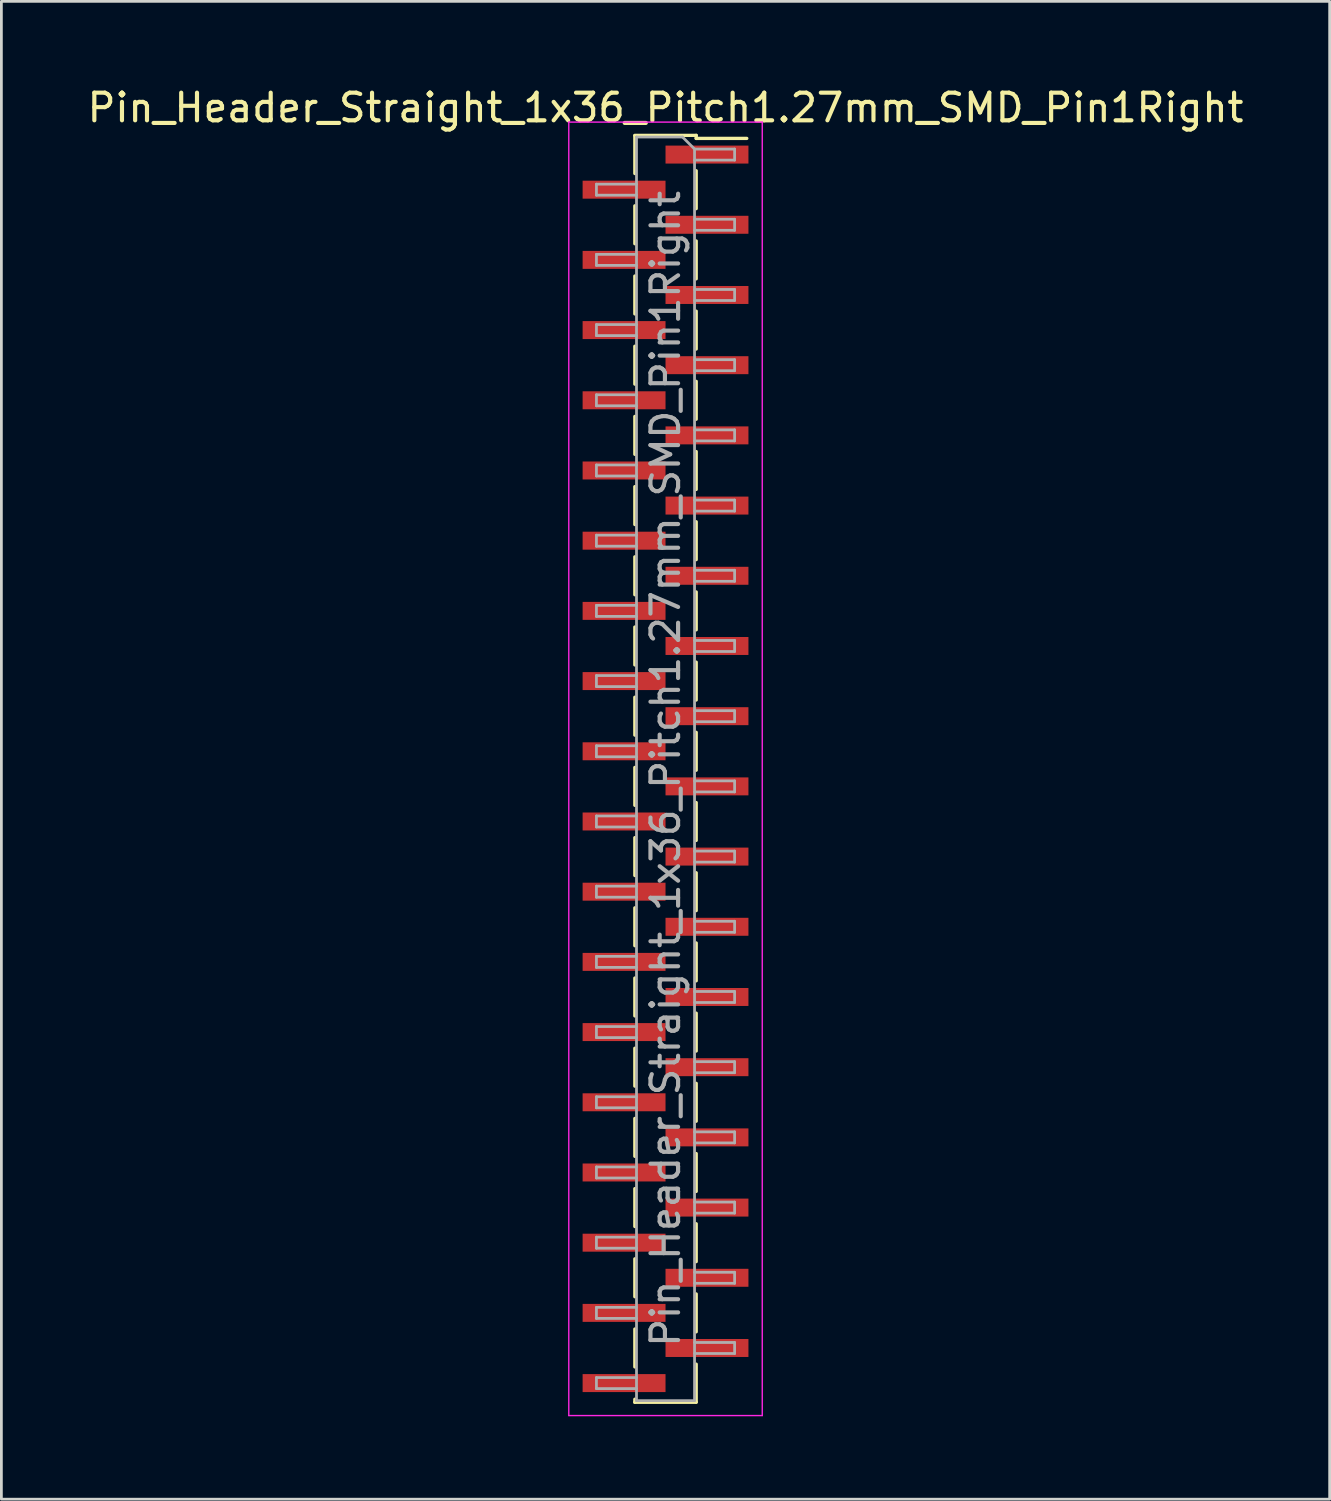
<source format=kicad_pcb>
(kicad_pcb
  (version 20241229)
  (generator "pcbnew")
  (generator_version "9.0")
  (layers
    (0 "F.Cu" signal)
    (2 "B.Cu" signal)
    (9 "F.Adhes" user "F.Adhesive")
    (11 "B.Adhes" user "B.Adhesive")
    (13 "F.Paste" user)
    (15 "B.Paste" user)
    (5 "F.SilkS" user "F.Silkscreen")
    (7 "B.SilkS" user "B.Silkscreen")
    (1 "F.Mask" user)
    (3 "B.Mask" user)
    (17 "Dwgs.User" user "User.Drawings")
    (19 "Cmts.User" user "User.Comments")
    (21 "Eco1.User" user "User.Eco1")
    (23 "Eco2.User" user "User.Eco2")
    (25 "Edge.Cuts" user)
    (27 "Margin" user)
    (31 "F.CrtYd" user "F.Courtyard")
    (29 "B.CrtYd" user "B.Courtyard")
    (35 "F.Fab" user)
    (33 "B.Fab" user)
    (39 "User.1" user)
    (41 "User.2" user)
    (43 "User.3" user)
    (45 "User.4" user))
  (footprint "Pin_Header_Straight_1x36_Pitch1.27mm_SMD_Pin1Right"
    (layer "F.Cu")
    (at 21.03 24.768)
    (property "Reference" "Pin_Header_Straight_1x36_Pitch1.27mm_SMD_Pin1Right" (at 0 -23.92 0) (layer "F.SilkS") (effects (font (size 1 1) (thickness 0.15))))
    (attr smd)
    (fp_line (start -1.11 -22.92) (end 1.11 -22.92) (stroke (width 0.12) (type solid)) (layer "F.SilkS"))
    (fp_line (start -1.11 -22.91) (end -1.11 -21.54) (stroke (width 0.12) (type solid)) (layer "F.SilkS"))
    (fp_line (start -1.11 -20.37) (end -1.11 -19) (stroke (width 0.12) (type solid)) (layer "F.SilkS"))
    (fp_line (start -1.11 -17.83) (end -1.11 -16.46) (stroke (width 0.12) (type solid)) (layer "F.SilkS"))
    (fp_line (start -1.11 -15.29) (end -1.11 -13.92) (stroke (width 0.12) (type solid)) (layer "F.SilkS"))
    (fp_line (start -1.11 -12.75) (end -1.11 -11.38) (stroke (width 0.12) (type solid)) (layer "F.SilkS"))
    (fp_line (start -1.11 -10.21) (end -1.11 -8.84) (stroke (width 0.12) (type solid)) (layer "F.SilkS"))
    (fp_line (start -1.11 -7.67) (end -1.11 -6.3) (stroke (width 0.12) (type solid)) (layer "F.SilkS"))
    (fp_line (start -1.11 -5.13) (end -1.11 -3.76) (stroke (width 0.12) (type solid)) (layer "F.SilkS"))
    (fp_line (start -1.11 -2.59) (end -1.11 -1.22) (stroke (width 0.12) (type solid)) (layer "F.SilkS"))
    (fp_line (start -1.11 -0.05) (end -1.11 1.32) (stroke (width 0.12) (type solid)) (layer "F.SilkS"))
    (fp_line (start -1.11 2.49) (end -1.11 3.86) (stroke (width 0.12) (type solid)) (layer "F.SilkS"))
    (fp_line (start -1.11 5.03) (end -1.11 6.4) (stroke (width 0.12) (type solid)) (layer "F.SilkS"))
    (fp_line (start -1.11 7.57) (end -1.11 8.94) (stroke (width 0.12) (type solid)) (layer "F.SilkS"))
    (fp_line (start -1.11 10.11) (end -1.11 11.48) (stroke (width 0.12) (type solid)) (layer "F.SilkS"))
    (fp_line (start -1.11 12.65) (end -1.11 14.02) (stroke (width 0.12) (type solid)) (layer "F.SilkS"))
    (fp_line (start -1.11 15.19) (end -1.11 16.56) (stroke (width 0.12) (type solid)) (layer "F.SilkS"))
    (fp_line (start -1.11 17.73) (end -1.11 19.1) (stroke (width 0.12) (type solid)) (layer "F.SilkS"))
    (fp_line (start -1.11 20.27) (end -1.11 21.64) (stroke (width 0.12) (type solid)) (layer "F.SilkS"))
    (fp_line (start -1.11 22.81) (end -1.11 22.92) (stroke (width 0.12) (type solid)) (layer "F.SilkS"))
    (fp_line (start -1.11 22.92) (end 1.11 22.92) (stroke (width 0.12) (type solid)) (layer "F.SilkS"))
    (fp_line (start 1.11 -22.92) (end 1.11 -22.81) (stroke (width 0.12) (type solid)) (layer "F.SilkS"))
    (fp_line (start 1.11 -22.81) (end 2.94 -22.81) (stroke (width 0.12) (type solid)) (layer "F.SilkS"))
    (fp_line (start 1.11 -21.64) (end 1.11 -20.27) (stroke (width 0.12) (type solid)) (layer "F.SilkS"))
    (fp_line (start 1.11 -19.1) (end 1.11 -17.73) (stroke (width 0.12) (type solid)) (layer "F.SilkS"))
    (fp_line (start 1.11 -16.56) (end 1.11 -15.19) (stroke (width 0.12) (type solid)) (layer "F.SilkS"))
    (fp_line (start 1.11 -14.02) (end 1.11 -12.65) (stroke (width 0.12) (type solid)) (layer "F.SilkS"))
    (fp_line (start 1.11 -11.48) (end 1.11 -10.11) (stroke (width 0.12) (type solid)) (layer "F.SilkS"))
    (fp_line (start 1.11 -8.94) (end 1.11 -7.57) (stroke (width 0.12) (type solid)) (layer "F.SilkS"))
    (fp_line (start 1.11 -6.4) (end 1.11 -5.03) (stroke (width 0.12) (type solid)) (layer "F.SilkS"))
    (fp_line (start 1.11 -3.86) (end 1.11 -2.49) (stroke (width 0.12) (type solid)) (layer "F.SilkS"))
    (fp_line (start 1.11 -1.32) (end 1.11 0.05) (stroke (width 0.12) (type solid)) (layer "F.SilkS"))
    (fp_line (start 1.11 1.22) (end 1.11 2.59) (stroke (width 0.12) (type solid)) (layer "F.SilkS"))
    (fp_line (start 1.11 3.76) (end 1.11 5.13) (stroke (width 0.12) (type solid)) (layer "F.SilkS"))
    (fp_line (start 1.11 6.3) (end 1.11 7.67) (stroke (width 0.12) (type solid)) (layer "F.SilkS"))
    (fp_line (start 1.11 8.84) (end 1.11 10.21) (stroke (width 0.12) (type solid)) (layer "F.SilkS"))
    (fp_line (start 1.11 11.38) (end 1.11 12.75) (stroke (width 0.12) (type solid)) (layer "F.SilkS"))
    (fp_line (start 1.11 13.92) (end 1.11 15.29) (stroke (width 0.12) (type solid)) (layer "F.SilkS"))
    (fp_line (start 1.11 16.46) (end 1.11 17.83) (stroke (width 0.12) (type solid)) (layer "F.SilkS"))
    (fp_line (start 1.11 19) (end 1.11 20.37) (stroke (width 0.12) (type solid)) (layer "F.SilkS"))
    (fp_line (start 1.11 21.54) (end 1.11 22.91) (stroke (width 0.12) (type solid)) (layer "F.SilkS"))
    (fp_line (start -3.5 -23.4) (end -3.5 23.4) (stroke (width 0.05) (type solid)) (layer "F.CrtYd"))
    (fp_line (start -3.5 23.4) (end 3.5 23.4) (stroke (width 0.05) (type solid)) (layer "F.CrtYd"))
    (fp_line (start 3.5 -23.4) (end -3.5 -23.4) (stroke (width 0.05) (type solid)) (layer "F.CrtYd"))
    (fp_line (start 3.5 23.4) (end 3.5 -23.4) (stroke (width 0.05) (type solid)) (layer "F.CrtYd"))
    (fp_line (start -2.5 -21.155) (end -2.5 -20.755) (stroke (width 0.1) (type solid)) (layer "F.Fab"))
    (fp_line (start -2.5 -20.755) (end -1.05 -20.755) (stroke (width 0.1) (type solid)) (layer "F.Fab"))
    (fp_line (start -2.5 -18.615) (end -2.5 -18.215) (stroke (width 0.1) (type solid)) (layer "F.Fab"))
    (fp_line (start -2.5 -18.215) (end -1.05 -18.215) (stroke (width 0.1) (type solid)) (layer "F.Fab"))
    (fp_line (start -2.5 -16.075) (end -2.5 -15.675) (stroke (width 0.1) (type solid)) (layer "F.Fab"))
    (fp_line (start -2.5 -15.675) (end -1.05 -15.675) (stroke (width 0.1) (type solid)) (layer "F.Fab"))
    (fp_line (start -2.5 -13.535) (end -2.5 -13.135) (stroke (width 0.1) (type solid)) (layer "F.Fab"))
    (fp_line (start -2.5 -13.135) (end -1.05 -13.135) (stroke (width 0.1) (type solid)) (layer "F.Fab"))
    (fp_line (start -2.5 -10.995) (end -2.5 -10.595) (stroke (width 0.1) (type solid)) (layer "F.Fab"))
    (fp_line (start -2.5 -10.595) (end -1.05 -10.595) (stroke (width 0.1) (type solid)) (layer "F.Fab"))
    (fp_line (start -2.5 -8.455) (end -2.5 -8.055) (stroke (width 0.1) (type solid)) (layer "F.Fab"))
    (fp_line (start -2.5 -8.055) (end -1.05 -8.055) (stroke (width 0.1) (type solid)) (layer "F.Fab"))
    (fp_line (start -2.5 -5.915) (end -2.5 -5.515) (stroke (width 0.1) (type solid)) (layer "F.Fab"))
    (fp_line (start -2.5 -5.515) (end -1.05 -5.515) (stroke (width 0.1) (type solid)) (layer "F.Fab"))
    (fp_line (start -2.5 -3.375) (end -2.5 -2.975) (stroke (width 0.1) (type solid)) (layer "F.Fab"))
    (fp_line (start -2.5 -2.975) (end -1.05 -2.975) (stroke (width 0.1) (type solid)) (layer "F.Fab"))
    (fp_line (start -2.5 -0.835) (end -2.5 -0.435) (stroke (width 0.1) (type solid)) (layer "F.Fab"))
    (fp_line (start -2.5 -0.435) (end -1.05 -0.435) (stroke (width 0.1) (type solid)) (layer "F.Fab"))
    (fp_line (start -2.5 1.705) (end -2.5 2.105) (stroke (width 0.1) (type solid)) (layer "F.Fab"))
    (fp_line (start -2.5 2.105) (end -1.05 2.105) (stroke (width 0.1) (type solid)) (layer "F.Fab"))
    (fp_line (start -2.5 4.245) (end -2.5 4.645) (stroke (width 0.1) (type solid)) (layer "F.Fab"))
    (fp_line (start -2.5 4.645) (end -1.05 4.645) (stroke (width 0.1) (type solid)) (layer "F.Fab"))
    (fp_line (start -2.5 6.785) (end -2.5 7.185) (stroke (width 0.1) (type solid)) (layer "F.Fab"))
    (fp_line (start -2.5 7.185) (end -1.05 7.185) (stroke (width 0.1) (type solid)) (layer "F.Fab"))
    (fp_line (start -2.5 9.325) (end -2.5 9.725) (stroke (width 0.1) (type solid)) (layer "F.Fab"))
    (fp_line (start -2.5 9.725) (end -1.05 9.725) (stroke (width 0.1) (type solid)) (layer "F.Fab"))
    (fp_line (start -2.5 11.865) (end -2.5 12.265) (stroke (width 0.1) (type solid)) (layer "F.Fab"))
    (fp_line (start -2.5 12.265) (end -1.05 12.265) (stroke (width 0.1) (type solid)) (layer "F.Fab"))
    (fp_line (start -2.5 14.405) (end -2.5 14.805) (stroke (width 0.1) (type solid)) (layer "F.Fab"))
    (fp_line (start -2.5 14.805) (end -1.05 14.805) (stroke (width 0.1) (type solid)) (layer "F.Fab"))
    (fp_line (start -2.5 16.945) (end -2.5 17.345) (stroke (width 0.1) (type solid)) (layer "F.Fab"))
    (fp_line (start -2.5 17.345) (end -1.05 17.345) (stroke (width 0.1) (type solid)) (layer "F.Fab"))
    (fp_line (start -2.5 19.485) (end -2.5 19.885) (stroke (width 0.1) (type solid)) (layer "F.Fab"))
    (fp_line (start -2.5 19.885) (end -1.05 19.885) (stroke (width 0.1) (type solid)) (layer "F.Fab"))
    (fp_line (start -2.5 22.025) (end -2.5 22.425) (stroke (width 0.1) (type solid)) (layer "F.Fab"))
    (fp_line (start -2.5 22.425) (end -1.05 22.425) (stroke (width 0.1) (type solid)) (layer "F.Fab"))
    (fp_line (start -1.05 -22.86) (end -1.05 22.86) (stroke (width 0.1) (type solid)) (layer "F.Fab"))
    (fp_line (start -1.05 -22.86) (end 0.615 -22.86) (stroke (width 0.1) (type solid)) (layer "F.Fab"))
    (fp_line (start -1.05 -21.155) (end -2.5 -21.155) (stroke (width 0.1) (type solid)) (layer "F.Fab"))
    (fp_line (start -1.05 -18.615) (end -2.5 -18.615) (stroke (width 0.1) (type solid)) (layer "F.Fab"))
    (fp_line (start -1.05 -16.075) (end -2.5 -16.075) (stroke (width 0.1) (type solid)) (layer "F.Fab"))
    (fp_line (start -1.05 -13.535) (end -2.5 -13.535) (stroke (width 0.1) (type solid)) (layer "F.Fab"))
    (fp_line (start -1.05 -10.995) (end -2.5 -10.995) (stroke (width 0.1) (type solid)) (layer "F.Fab"))
    (fp_line (start -1.05 -8.455) (end -2.5 -8.455) (stroke (width 0.1) (type solid)) (layer "F.Fab"))
    (fp_line (start -1.05 -5.915) (end -2.5 -5.915) (stroke (width 0.1) (type solid)) (layer "F.Fab"))
    (fp_line (start -1.05 -3.375) (end -2.5 -3.375) (stroke (width 0.1) (type solid)) (layer "F.Fab"))
    (fp_line (start -1.05 -0.835) (end -2.5 -0.835) (stroke (width 0.1) (type solid)) (layer "F.Fab"))
    (fp_line (start -1.05 1.705) (end -2.5 1.705) (stroke (width 0.1) (type solid)) (layer "F.Fab"))
    (fp_line (start -1.05 4.245) (end -2.5 4.245) (stroke (width 0.1) (type solid)) (layer "F.Fab"))
    (fp_line (start -1.05 6.785) (end -2.5 6.785) (stroke (width 0.1) (type solid)) (layer "F.Fab"))
    (fp_line (start -1.05 9.325) (end -2.5 9.325) (stroke (width 0.1) (type solid)) (layer "F.Fab"))
    (fp_line (start -1.05 11.865) (end -2.5 11.865) (stroke (width 0.1) (type solid)) (layer "F.Fab"))
    (fp_line (start -1.05 14.405) (end -2.5 14.405) (stroke (width 0.1) (type solid)) (layer "F.Fab"))
    (fp_line (start -1.05 16.945) (end -2.5 16.945) (stroke (width 0.1) (type solid)) (layer "F.Fab"))
    (fp_line (start -1.05 19.485) (end -2.5 19.485) (stroke (width 0.1) (type solid)) (layer "F.Fab"))
    (fp_line (start -1.05 22.025) (end -2.5 22.025) (stroke (width 0.1) (type solid)) (layer "F.Fab"))
    (fp_line (start 1.05 -22.425) (end 0.615 -22.86) (stroke (width 0.1) (type solid)) (layer "F.Fab"))
    (fp_line (start 1.05 -22.425) (end 2.5 -22.425) (stroke (width 0.1) (type solid)) (layer "F.Fab"))
    (fp_line (start 1.05 -19.885) (end 2.5 -19.885) (stroke (width 0.1) (type solid)) (layer "F.Fab"))
    (fp_line (start 1.05 -17.345) (end 2.5 -17.345) (stroke (width 0.1) (type solid)) (layer "F.Fab"))
    (fp_line (start 1.05 -14.805) (end 2.5 -14.805) (stroke (width 0.1) (type solid)) (layer "F.Fab"))
    (fp_line (start 1.05 -12.265) (end 2.5 -12.265) (stroke (width 0.1) (type solid)) (layer "F.Fab"))
    (fp_line (start 1.05 -9.725) (end 2.5 -9.725) (stroke (width 0.1) (type solid)) (layer "F.Fab"))
    (fp_line (start 1.05 -7.185) (end 2.5 -7.185) (stroke (width 0.1) (type solid)) (layer "F.Fab"))
    (fp_line (start 1.05 -4.645) (end 2.5 -4.645) (stroke (width 0.1) (type solid)) (layer "F.Fab"))
    (fp_line (start 1.05 -2.105) (end 2.5 -2.105) (stroke (width 0.1) (type solid)) (layer "F.Fab"))
    (fp_line (start 1.05 0.435) (end 2.5 0.435) (stroke (width 0.1) (type solid)) (layer "F.Fab"))
    (fp_line (start 1.05 2.975) (end 2.5 2.975) (stroke (width 0.1) (type solid)) (layer "F.Fab"))
    (fp_line (start 1.05 5.515) (end 2.5 5.515) (stroke (width 0.1) (type solid)) (layer "F.Fab"))
    (fp_line (start 1.05 8.055) (end 2.5 8.055) (stroke (width 0.1) (type solid)) (layer "F.Fab"))
    (fp_line (start 1.05 10.595) (end 2.5 10.595) (stroke (width 0.1) (type solid)) (layer "F.Fab"))
    (fp_line (start 1.05 13.135) (end 2.5 13.135) (stroke (width 0.1) (type solid)) (layer "F.Fab"))
    (fp_line (start 1.05 15.675) (end 2.5 15.675) (stroke (width 0.1) (type solid)) (layer "F.Fab"))
    (fp_line (start 1.05 18.215) (end 2.5 18.215) (stroke (width 0.1) (type solid)) (layer "F.Fab"))
    (fp_line (start 1.05 20.755) (end 2.5 20.755) (stroke (width 0.1) (type solid)) (layer "F.Fab"))
    (fp_line (start 1.05 22.86) (end -1.05 22.86) (stroke (width 0.1) (type solid)) (layer "F.Fab"))
    (fp_line (start 1.05 22.86) (end 1.05 -22.425) (stroke (width 0.1) (type solid)) (layer "F.Fab"))
    (fp_line (start 2.5 -22.425) (end 2.5 -22.025) (stroke (width 0.1) (type solid)) (layer "F.Fab"))
    (fp_line (start 2.5 -22.025) (end 1.05 -22.025) (stroke (width 0.1) (type solid)) (layer "F.Fab"))
    (fp_line (start 2.5 -19.885) (end 2.5 -19.485) (stroke (width 0.1) (type solid)) (layer "F.Fab"))
    (fp_line (start 2.5 -19.485) (end 1.05 -19.485) (stroke (width 0.1) (type solid)) (layer "F.Fab"))
    (fp_line (start 2.5 -17.345) (end 2.5 -16.945) (stroke (width 0.1) (type solid)) (layer "F.Fab"))
    (fp_line (start 2.5 -16.945) (end 1.05 -16.945) (stroke (width 0.1) (type solid)) (layer "F.Fab"))
    (fp_line (start 2.5 -14.805) (end 2.5 -14.405) (stroke (width 0.1) (type solid)) (layer "F.Fab"))
    (fp_line (start 2.5 -14.405) (end 1.05 -14.405) (stroke (width 0.1) (type solid)) (layer "F.Fab"))
    (fp_line (start 2.5 -12.265) (end 2.5 -11.865) (stroke (width 0.1) (type solid)) (layer "F.Fab"))
    (fp_line (start 2.5 -11.865) (end 1.05 -11.865) (stroke (width 0.1) (type solid)) (layer "F.Fab"))
    (fp_line (start 2.5 -9.725) (end 2.5 -9.325) (stroke (width 0.1) (type solid)) (layer "F.Fab"))
    (fp_line (start 2.5 -9.325) (end 1.05 -9.325) (stroke (width 0.1) (type solid)) (layer "F.Fab"))
    (fp_line (start 2.5 -7.185) (end 2.5 -6.785) (stroke (width 0.1) (type solid)) (layer "F.Fab"))
    (fp_line (start 2.5 -6.785) (end 1.05 -6.785) (stroke (width 0.1) (type solid)) (layer "F.Fab"))
    (fp_line (start 2.5 -4.645) (end 2.5 -4.245) (stroke (width 0.1) (type solid)) (layer "F.Fab"))
    (fp_line (start 2.5 -4.245) (end 1.05 -4.245) (stroke (width 0.1) (type solid)) (layer "F.Fab"))
    (fp_line (start 2.5 -2.105) (end 2.5 -1.705) (stroke (width 0.1) (type solid)) (layer "F.Fab"))
    (fp_line (start 2.5 -1.705) (end 1.05 -1.705) (stroke (width 0.1) (type solid)) (layer "F.Fab"))
    (fp_line (start 2.5 0.435) (end 2.5 0.835) (stroke (width 0.1) (type solid)) (layer "F.Fab"))
    (fp_line (start 2.5 0.835) (end 1.05 0.835) (stroke (width 0.1) (type solid)) (layer "F.Fab"))
    (fp_line (start 2.5 2.975) (end 2.5 3.375) (stroke (width 0.1) (type solid)) (layer "F.Fab"))
    (fp_line (start 2.5 3.375) (end 1.05 3.375) (stroke (width 0.1) (type solid)) (layer "F.Fab"))
    (fp_line (start 2.5 5.515) (end 2.5 5.915) (stroke (width 0.1) (type solid)) (layer "F.Fab"))
    (fp_line (start 2.5 5.915) (end 1.05 5.915) (stroke (width 0.1) (type solid)) (layer "F.Fab"))
    (fp_line (start 2.5 8.055) (end 2.5 8.455) (stroke (width 0.1) (type solid)) (layer "F.Fab"))
    (fp_line (start 2.5 8.455) (end 1.05 8.455) (stroke (width 0.1) (type solid)) (layer "F.Fab"))
    (fp_line (start 2.5 10.595) (end 2.5 10.995) (stroke (width 0.1) (type solid)) (layer "F.Fab"))
    (fp_line (start 2.5 10.995) (end 1.05 10.995) (stroke (width 0.1) (type solid)) (layer "F.Fab"))
    (fp_line (start 2.5 13.135) (end 2.5 13.535) (stroke (width 0.1) (type solid)) (layer "F.Fab"))
    (fp_line (start 2.5 13.535) (end 1.05 13.535) (stroke (width 0.1) (type solid)) (layer "F.Fab"))
    (fp_line (start 2.5 15.675) (end 2.5 16.075) (stroke (width 0.1) (type solid)) (layer "F.Fab"))
    (fp_line (start 2.5 16.075) (end 1.05 16.075) (stroke (width 0.1) (type solid)) (layer "F.Fab"))
    (fp_line (start 2.5 18.215) (end 2.5 18.615) (stroke (width 0.1) (type solid)) (layer "F.Fab"))
    (fp_line (start 2.5 18.615) (end 1.05 18.615) (stroke (width 0.1) (type solid)) (layer "F.Fab"))
    (fp_line (start 2.5 20.755) (end 2.5 21.155) (stroke (width 0.1) (type solid)) (layer "F.Fab"))
    (fp_line (start 2.5 21.155) (end 1.05 21.155) (stroke (width 0.1) (type solid)) (layer "F.Fab"))
    (fp_text user "${REFERENCE}" (at 0 0 90) (layer "F.Fab") (effects (font (size 1 1) (thickness 0.15))))
    (pad "1" smd rect (at 1.5 -22.225) (size 3 0.65) (layers "F.Cu" "F.Mask" "F.Paste"))
    (pad "2" smd rect (at -1.5 -20.955) (size 3 0.65) (layers "F.Cu" "F.Mask" "F.Paste"))
    (pad "3" smd rect (at 1.5 -19.685) (size 3 0.65) (layers "F.Cu" "F.Mask" "F.Paste"))
    (pad "4" smd rect (at -1.5 -18.415) (size 3 0.65) (layers "F.Cu" "F.Mask" "F.Paste"))
    (pad "5" smd rect (at 1.5 -17.145) (size 3 0.65) (layers "F.Cu" "F.Mask" "F.Paste"))
    (pad "6" smd rect (at -1.5 -15.875) (size 3 0.65) (layers "F.Cu" "F.Mask" "F.Paste"))
    (pad "7" smd rect (at 1.5 -14.605) (size 3 0.65) (layers "F.Cu" "F.Mask" "F.Paste"))
    (pad "8" smd rect (at -1.5 -13.335) (size 3 0.65) (layers "F.Cu" "F.Mask" "F.Paste"))
    (pad "9" smd rect (at 1.5 -12.065) (size 3 0.65) (layers "F.Cu" "F.Mask" "F.Paste"))
    (pad "10" smd rect (at -1.5 -10.795) (size 3 0.65) (layers "F.Cu" "F.Mask" "F.Paste"))
    (pad "11" smd rect (at 1.5 -9.525) (size 3 0.65) (layers "F.Cu" "F.Mask" "F.Paste"))
    (pad "12" smd rect (at -1.5 -8.255) (size 3 0.65) (layers "F.Cu" "F.Mask" "F.Paste"))
    (pad "13" smd rect (at 1.5 -6.985) (size 3 0.65) (layers "F.Cu" "F.Mask" "F.Paste"))
    (pad "14" smd rect (at -1.5 -5.715) (size 3 0.65) (layers "F.Cu" "F.Mask" "F.Paste"))
    (pad "15" smd rect (at 1.5 -4.445) (size 3 0.65) (layers "F.Cu" "F.Mask" "F.Paste"))
    (pad "16" smd rect (at -1.5 -3.175) (size 3 0.65) (layers "F.Cu" "F.Mask" "F.Paste"))
    (pad "17" smd rect (at 1.5 -1.905) (size 3 0.65) (layers "F.Cu" "F.Mask" "F.Paste"))
    (pad "18" smd rect (at -1.5 -0.635) (size 3 0.65) (layers "F.Cu" "F.Mask" "F.Paste"))
    (pad "19" smd rect (at 1.5 0.635) (size 3 0.65) (layers "F.Cu" "F.Mask" "F.Paste"))
    (pad "20" smd rect (at -1.5 1.905) (size 3 0.65) (layers "F.Cu" "F.Mask" "F.Paste"))
    (pad "21" smd rect (at 1.5 3.175) (size 3 0.65) (layers "F.Cu" "F.Mask" "F.Paste"))
    (pad "22" smd rect (at -1.5 4.445) (size 3 0.65) (layers "F.Cu" "F.Mask" "F.Paste"))
    (pad "23" smd rect (at 1.5 5.715) (size 3 0.65) (layers "F.Cu" "F.Mask" "F.Paste"))
    (pad "24" smd rect (at -1.5 6.985) (size 3 0.65) (layers "F.Cu" "F.Mask" "F.Paste"))
    (pad "25" smd rect (at 1.5 8.255) (size 3 0.65) (layers "F.Cu" "F.Mask" "F.Paste"))
    (pad "26" smd rect (at -1.5 9.525) (size 3 0.65) (layers "F.Cu" "F.Mask" "F.Paste"))
    (pad "27" smd rect (at 1.5 10.795) (size 3 0.65) (layers "F.Cu" "F.Mask" "F.Paste"))
    (pad "28" smd rect (at -1.5 12.065) (size 3 0.65) (layers "F.Cu" "F.Mask" "F.Paste"))
    (pad "29" smd rect (at 1.5 13.335) (size 3 0.65) (layers "F.Cu" "F.Mask" "F.Paste"))
    (pad "30" smd rect (at -1.5 14.605) (size 3 0.65) (layers "F.Cu" "F.Mask" "F.Paste"))
    (pad "31" smd rect (at 1.5 15.875) (size 3 0.65) (layers "F.Cu" "F.Mask" "F.Paste"))
    (pad "32" smd rect (at -1.5 17.145) (size 3 0.65) (layers "F.Cu" "F.Mask" "F.Paste"))
    (pad "33" smd rect (at 1.5 18.415) (size 3 0.65) (layers "F.Cu" "F.Mask" "F.Paste"))
    (pad "34" smd rect (at -1.5 19.685) (size 3 0.65) (layers "F.Cu" "F.Mask" "F.Paste"))
    (pad "35" smd rect (at 1.5 20.955) (size 3 0.65) (layers "F.Cu" "F.Mask" "F.Paste"))
    (pad "36" smd rect (at -1.5 22.225) (size 3 0.65) (layers "F.Cu" "F.Mask" "F.Paste")))
  (gr_rect
    (start -3 -3)
    (end 45.06 51.193)
    (stroke (width 0.1) (type default))
    (fill no)
    (layer "Edge.Cuts")))
</source>
